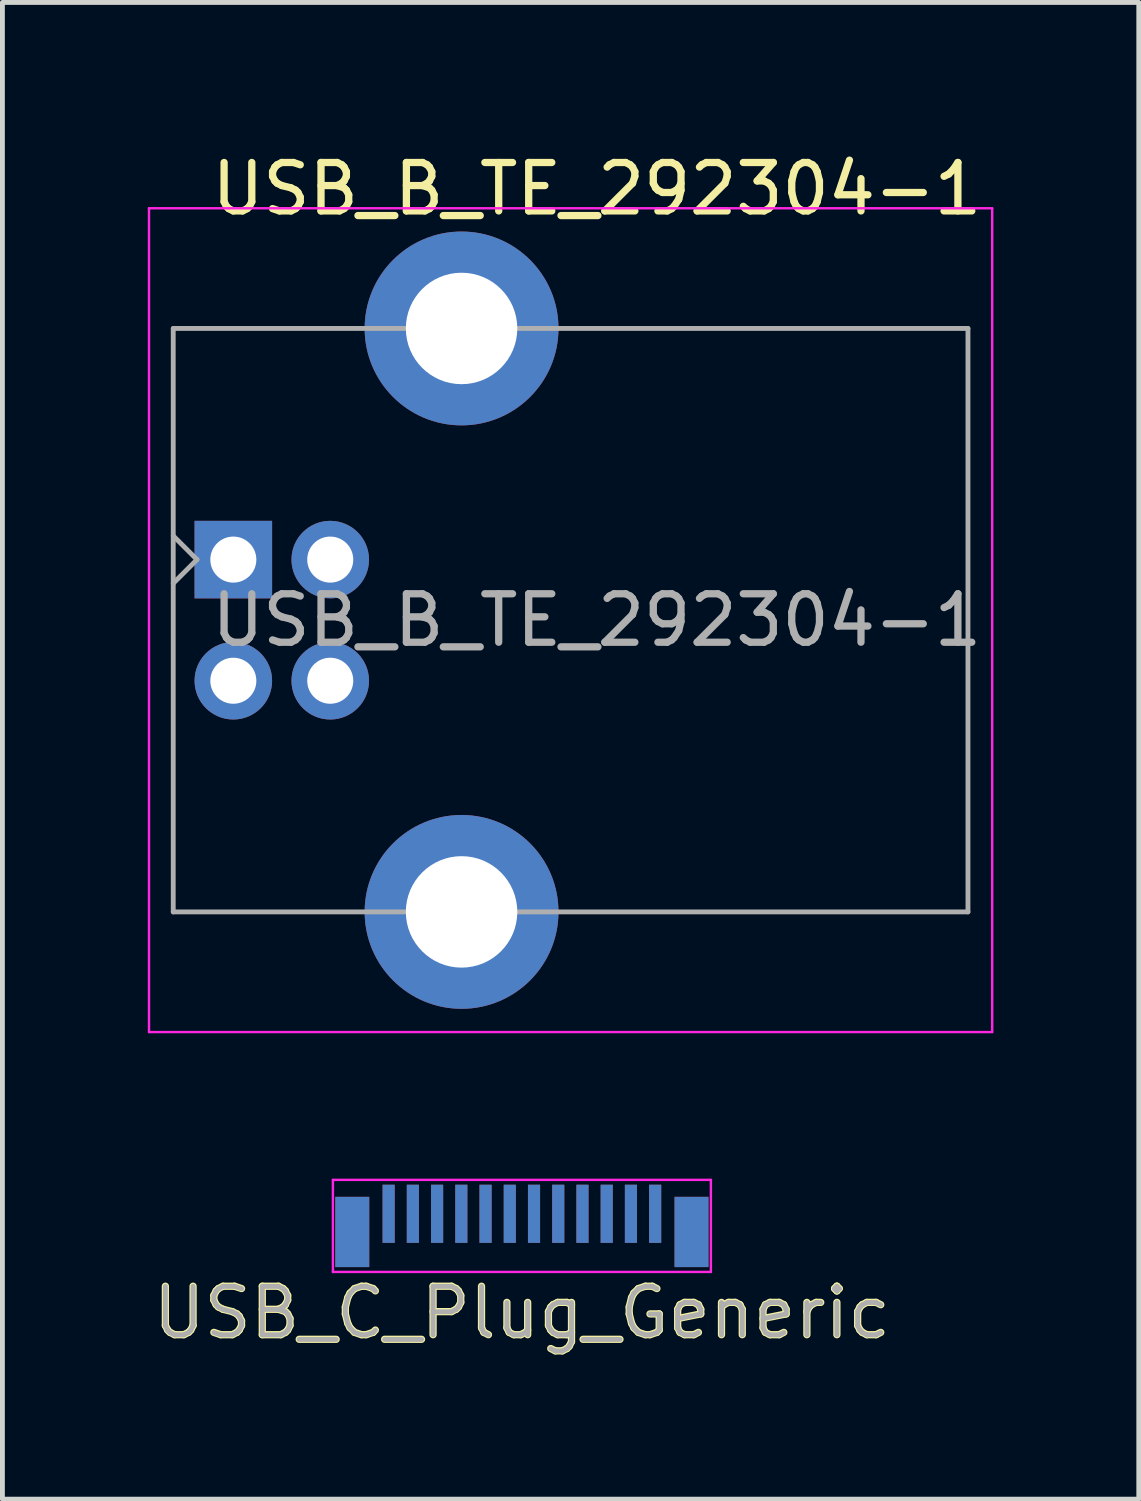
<source format=kicad_pcb>
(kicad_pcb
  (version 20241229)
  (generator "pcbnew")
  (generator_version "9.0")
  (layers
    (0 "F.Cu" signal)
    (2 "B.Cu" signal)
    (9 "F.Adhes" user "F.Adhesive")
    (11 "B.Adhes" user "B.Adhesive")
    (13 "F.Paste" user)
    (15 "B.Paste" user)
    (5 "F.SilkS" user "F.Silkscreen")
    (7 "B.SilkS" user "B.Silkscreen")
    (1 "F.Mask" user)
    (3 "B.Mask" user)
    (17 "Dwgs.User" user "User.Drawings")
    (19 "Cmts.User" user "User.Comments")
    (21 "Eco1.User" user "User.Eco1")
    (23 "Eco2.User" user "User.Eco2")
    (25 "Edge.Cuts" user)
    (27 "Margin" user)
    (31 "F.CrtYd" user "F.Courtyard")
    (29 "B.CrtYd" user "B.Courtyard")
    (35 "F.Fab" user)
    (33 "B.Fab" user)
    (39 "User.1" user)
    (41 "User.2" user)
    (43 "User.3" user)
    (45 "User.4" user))
  (footprint "USB_C_Plug_Generic"
    (layer "F.Cu")
    (at 7.72 21.998)
    (property "Reference" "USB_C_Plug_Generic" (at 0 2.04 0) (layer "F.SilkS") (effects (font (size 1 1) (thickness 0.15))))
    (attr smd)
    (fp_line (start -3.9 1.2) (end -3.9 -0.7) (stroke (width 0.05) (type solid)) (layer "F.CrtYd"))
    (fp_line (start 3.9 -0.7) (end -3.9 -0.7) (stroke (width 0.05) (type solid)) (layer "F.CrtYd"))
    (fp_line (start 3.9 1.2) (end -3.9 1.2) (stroke (width 0.05) (type solid)) (layer "F.CrtYd"))
    (fp_line (start 3.9 1.2) (end 3.9 -0.7) (stroke (width 0.05) (type solid)) (layer "F.CrtYd"))
    (fp_text user "${REFERENCE}" (at 0 2.04 0) (layer "F.Fab") (effects (font (size 1 1) (thickness 0.1))))
    (pad "A1" smd rect (at -2.75 0) (size 0.25 1.2) (layers "F.Cu" "F.Mask" "F.Paste"))
    (pad "A2" smd rect (at -2.25 0) (size 0.25 1.2) (layers "F.Cu" "F.Mask" "F.Paste"))
    (pad "A3" smd rect (at -1.75 0) (size 0.25 1.2) (layers "F.Cu" "F.Mask" "F.Paste"))
    (pad "A4" smd rect (at -1.25 0) (size 0.25 1.2) (layers "F.Cu" "F.Mask" "F.Paste"))
    (pad "A5" smd rect (at -0.75 0) (size 0.25 1.2) (layers "F.Cu" "F.Mask" "F.Paste"))
    (pad "A6" smd rect (at -0.25 0) (size 0.25 1.2) (layers "F.Cu" "F.Mask" "F.Paste"))
    (pad "A7" smd rect (at 0.25 0) (size 0.25 1.2) (layers "F.Cu" "F.Mask" "F.Paste"))
    (pad "A8" smd rect (at 0.75 0) (size 0.25 1.2) (layers "F.Cu" "F.Mask" "F.Paste"))
    (pad "A9" smd rect (at 1.25 0) (size 0.25 1.2) (layers "F.Cu" "F.Mask" "F.Paste"))
    (pad "A10" smd rect (at 1.75 0) (size 0.25 1.2) (layers "F.Cu" "F.Mask" "F.Paste"))
    (pad "A11" smd rect (at 2.25 0) (size 0.25 1.2) (layers "F.Cu" "F.Mask" "F.Paste"))
    (pad "A12" smd rect (at 2.75 0) (size 0.25 1.2) (layers "F.Cu" "F.Mask" "F.Paste"))
    (pad "B1" smd rect (at 2.75 0) (size 0.25 1.2) (layers "B.Cu" "B.Mask" "B.Paste"))
    (pad "B2" smd rect (at 2.25 0) (size 0.25 1.2) (layers "B.Cu" "B.Mask" "B.Paste"))
    (pad "B3" smd rect (at 1.75 0) (size 0.25 1.2) (layers "B.Cu" "B.Mask" "B.Paste"))
    (pad "B4" smd rect (at 1.25 0) (size 0.25 1.2) (layers "B.Cu" "B.Mask" "B.Paste"))
    (pad "B5" smd rect (at 0.75 0) (size 0.25 1.2) (layers "B.Cu" "B.Mask" "B.Paste"))
    (pad "B6" smd rect (at 0.25 0) (size 0.25 1.2) (layers "B.Cu" "B.Mask" "B.Paste"))
    (pad "B7" smd rect (at -0.25 0) (size 0.25 1.2) (layers "B.Cu" "B.Mask" "B.Paste"))
    (pad "B8" smd rect (at -0.75 0) (size 0.25 1.2) (layers "B.Cu" "B.Mask" "B.Paste"))
    (pad "B9" smd rect (at -1.25 0) (size 0.25 1.2) (layers "B.Cu" "B.Mask" "B.Paste"))
    (pad "B10" smd rect (at -1.75 0) (size 0.25 1.2) (layers "B.Cu" "B.Mask" "B.Paste"))
    (pad "B11" smd rect (at -2.25 0) (size 0.25 1.2) (layers "B.Cu" "B.Mask" "B.Paste"))
    (pad "B12" smd rect (at -2.75 0) (size 0.25 1.2) (layers "B.Cu" "B.Mask" "B.Paste"))
    (pad "S1" smd rect (at -3.5 0.375) (size 0.7 1.45) (layers "F.Cu" "F.Mask" "F.Paste"))
    (pad "S1" smd rect (at -3.5 0.375) (size 0.7 1.45) (layers "B.Cu" "B.Mask" "B.Paste"))
    (pad "S1" smd rect (at 3.5 0.375) (size 0.7 1.45) (layers "F.Cu" "F.Mask" "F.Paste"))
    (pad "S1" smd rect (at 3.5 0.375) (size 0.7 1.45) (layers "B.Cu" "B.Mask" "B.Paste")))
  (footprint "USB_B_TE_292304-1"
    (layer "F.Cu")
    (at 1.765 8.498)
    (property "Reference" "USB_B_TE_292304-1" (at 7.5 -7.65 0) (layer "F.SilkS") (effects (font (size 1 1) (thickness 0.15))))
    (attr through_hole)
    (fp_line (start -1.74 -7.25) (end -1.74 9.75) (stroke (width 0.05) (type solid)) (layer "F.CrtYd"))
    (fp_line (start -1.74 9.75) (end 15.66 9.75) (stroke (width 0.05) (type solid)) (layer "F.CrtYd"))
    (fp_line (start 15.66 -7.25) (end -1.74 -7.25) (stroke (width 0.05) (type solid)) (layer "F.CrtYd"))
    (fp_line (start 15.66 9.75) (end 15.66 -7.25) (stroke (width 0.05) (type solid)) (layer "F.CrtYd"))
    (fp_line (start -1.24 -4.77) (end 15.16 -4.77) (stroke (width 0.1) (type solid)) (layer "F.Fab"))
    (fp_line (start -1.24 0.49) (end -0.75 0) (stroke (width 0.1) (type solid)) (layer "F.Fab"))
    (fp_line (start -1.24 7.27) (end -1.24 -4.77) (stroke (width 0.1) (type solid)) (layer "F.Fab"))
    (fp_line (start -0.75 0) (end -1.24 -0.49) (stroke (width 0.1) (type solid)) (layer "F.Fab"))
    (fp_line (start 15.16 -4.77) (end 15.16 7.27) (stroke (width 0.1) (type solid)) (layer "F.Fab"))
    (fp_line (start 15.16 7.27) (end -1.24 7.27) (stroke (width 0.1) (type solid)) (layer "F.Fab"))
    (fp_text user "${REFERENCE}" (at 7.5 1.25 180) (layer "F.Fab") (effects (font (size 1 1) (thickness 0.15))))
    (pad "1" thru_hole rect (at 0 0 90) (size 1.6 1.6) (drill 0.95) (layers "*.Cu" "*.Mask"))
    (pad "2" thru_hole circle (at 0 2.5 90) (size 1.6 1.6) (drill 0.95) (layers "*.Cu" "*.Mask"))
    (pad "3" thru_hole circle (at 2 2.5 90) (size 1.6 1.6) (drill 0.95) (layers "*.Cu" "*.Mask"))
    (pad "4" thru_hole circle (at 2 0 90) (size 1.6 1.6) (drill 0.95) (layers "*.Cu" "*.Mask"))
    (pad "5" thru_hole circle (at 4.71 -4.77 90) (size 4 4) (drill 2.3) (layers "*.Cu" "*.Mask"))
    (pad "5" thru_hole circle (at 4.71 7.27 90) (size 4 4) (drill 2.3) (layers "*.Cu" "*.Mask")))
  (gr_rect
    (start -3 -3)
    (end 20.45 27.887)
    (stroke (width 0.1) (type default))
    (fill no)
    (layer "Edge.Cuts")))
</source>
